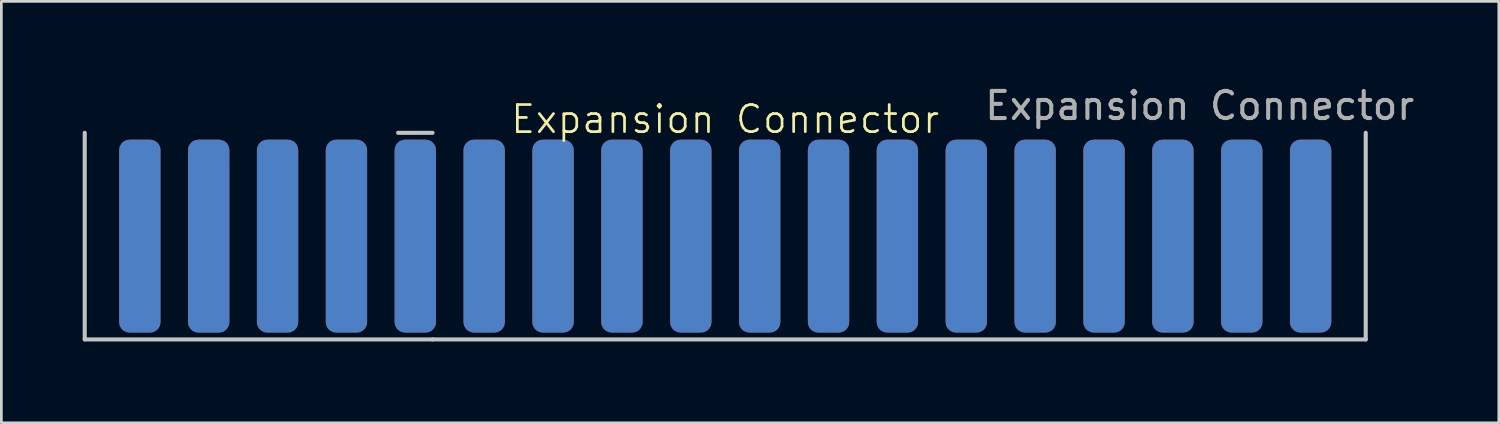
<source format=kicad_pcb>
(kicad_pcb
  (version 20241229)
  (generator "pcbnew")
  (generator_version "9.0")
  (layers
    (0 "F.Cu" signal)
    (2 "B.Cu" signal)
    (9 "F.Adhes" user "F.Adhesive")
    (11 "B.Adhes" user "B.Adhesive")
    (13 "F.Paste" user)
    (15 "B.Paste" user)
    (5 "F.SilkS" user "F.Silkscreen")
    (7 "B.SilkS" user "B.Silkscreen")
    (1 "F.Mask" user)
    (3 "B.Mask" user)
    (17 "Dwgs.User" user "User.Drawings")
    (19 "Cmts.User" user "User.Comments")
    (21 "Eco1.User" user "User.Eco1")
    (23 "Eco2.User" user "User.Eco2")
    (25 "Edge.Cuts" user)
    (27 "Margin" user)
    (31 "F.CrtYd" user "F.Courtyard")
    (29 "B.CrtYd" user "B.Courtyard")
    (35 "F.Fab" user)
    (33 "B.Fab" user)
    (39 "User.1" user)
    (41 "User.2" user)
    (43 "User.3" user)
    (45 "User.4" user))
  (footprint "Expansion Connector"
    (layer "F.Cu")
    (at 23.697 1.848)
    (property "Reference" "Expansion Connector" (at 0 -0.5 0) (unlocked yes) (layer "F.SilkS") (effects (font (size 1 1) (thickness 0.1))))
    (attr exclude_from_pos_files exclude_from_bom)
    (fp_poly (pts (xy 22.86 7.62) (xy 22.86 0) (xy -22.86 0) (xy -22.86 7.62)) (stroke (width 0.15) (type solid)) (fill yes) (layer "F.Mask"))
    (fp_poly (pts (xy 22.86 0) (xy 22.86 7.62) (xy -22.86 7.62) (xy -22.86 0)) (stroke (width 0.15) (type solid)) (fill yes) (layer "B.Mask"))
    (fp_line (start -23.622 0) (end -23.622 7.62) (stroke (width 0.15) (type solid)) (layer "Dwgs.User"))
    (fp_line (start -23.622 7.62) (end -10.795 7.62) (stroke (width 0.15) (type solid)) (layer "Dwgs.User"))
    (fp_line (start -12.065 0) (end -10.795 0) (stroke (width 0.15) (type solid)) (layer "Dwgs.User"))
    (fp_line (start -10.795 7.62) (end 23.622 7.62) (stroke (width 0.15) (type solid)) (layer "Dwgs.User"))
    (fp_line (start 23.622 7.62) (end 23.622 0) (stroke (width 0.15) (type solid)) (layer "Dwgs.User"))
    (fp_text user "${REFERENCE}" (at 17.5 -1 0) (unlocked yes) (layer "F.Fab") (effects (font (size 1 1) (thickness 0.15))))
    (pad "1" connect roundrect (at -21.59 3.81) (size 1.524 7.112) (layers "B.Cu") (roundrect_rratio 0.25))
    (pad "2" connect roundrect (at -19.05 3.81) (size 1.524 7.112) (layers "B.Cu") (roundrect_rratio 0.25))
    (pad "3" connect roundrect (at -16.51 3.81) (size 1.524 7.112) (layers "B.Cu") (roundrect_rratio 0.25))
    (pad "4" connect roundrect (at -13.97 3.81) (size 1.524 7.112) (layers "B.Cu") (roundrect_rratio 0.25))
    (pad "5" connect roundrect (at -11.43 3.81) (size 1.524 7.112) (layers "B.Cu") (roundrect_rratio 0.25))
    (pad "6" connect roundrect (at -8.89 3.81) (size 1.524 7.112) (layers "B.Cu") (roundrect_rratio 0.25))
    (pad "7" connect roundrect (at -6.35 3.81) (size 1.524 7.112) (layers "B.Cu") (roundrect_rratio 0.25))
    (pad "8" connect roundrect (at -3.81 3.81) (size 1.524 7.112) (layers "B.Cu") (roundrect_rratio 0.25))
    (pad "9" connect roundrect (at -1.27 3.81) (size 1.524 7.112) (layers "B.Cu") (roundrect_rratio 0.25))
    (pad "10" connect roundrect (at 1.27 3.81) (size 1.524 7.112) (layers "B.Cu") (roundrect_rratio 0.25))
    (pad "11" connect roundrect (at 3.81 3.81) (size 1.524 7.112) (layers "B.Cu") (roundrect_rratio 0.25))
    (pad "12" connect roundrect (at 6.35 3.81) (size 1.524 7.112) (layers "B.Cu") (roundrect_rratio 0.25))
    (pad "13" connect roundrect (at 8.89 3.81) (size 1.524 7.112) (layers "B.Cu") (roundrect_rratio 0.25))
    (pad "14" connect roundrect (at 11.43 3.81) (size 1.524 7.112) (layers "B.Cu") (roundrect_rratio 0.25))
    (pad "15" connect roundrect (at 13.97 3.81) (size 1.524 7.112) (layers "B.Cu") (roundrect_rratio 0.25))
    (pad "16" connect roundrect (at 16.51 3.81) (size 1.524 7.112) (layers "B.Cu") (roundrect_rratio 0.25))
    (pad "17" connect roundrect (at 19.05 3.81) (size 1.524 7.112) (layers "B.Cu") (roundrect_rratio 0.25))
    (pad "18" connect roundrect (at 21.59 3.81) (size 1.524 7.112) (layers "B.Cu") (roundrect_rratio 0.25))
    (pad "19" connect roundrect (at -21.59 3.81) (size 1.524 7.112) (layers "F.Cu") (roundrect_rratio 0.25))
    (pad "20" connect roundrect (at -19.05 3.81) (size 1.524 7.112) (layers "F.Cu") (roundrect_rratio 0.25))
    (pad "21" connect roundrect (at -16.51 3.81) (size 1.524 7.112) (layers "F.Cu") (roundrect_rratio 0.25))
    (pad "22" connect roundrect (at -13.97 3.81) (size 1.524 7.112) (layers "F.Cu") (roundrect_rratio 0.25))
    (pad "23" connect roundrect (at -11.43 3.81) (size 1.524 7.112) (layers "F.Cu") (roundrect_rratio 0.25))
    (pad "24" connect roundrect (at -8.89 3.81) (size 1.524 7.112) (layers "F.Cu") (roundrect_rratio 0.25))
    (pad "25" connect roundrect (at -6.35 3.81) (size 1.524 7.112) (layers "F.Cu") (roundrect_rratio 0.25))
    (pad "26" connect roundrect (at -3.81 3.81) (size 1.524 7.112) (layers "F.Cu") (roundrect_rratio 0.25))
    (pad "27" connect roundrect (at -1.27 3.81) (size 1.524 7.112) (layers "F.Cu") (roundrect_rratio 0.25))
    (pad "28" connect roundrect (at 1.27 3.81) (size 1.524 7.112) (layers "F.Cu") (roundrect_rratio 0.25))
    (pad "29" connect roundrect (at 3.81 3.81) (size 1.524 7.112) (layers "F.Cu") (roundrect_rratio 0.25))
    (pad "30" connect roundrect (at 6.35 3.81) (size 1.524 7.112) (layers "F.Cu") (roundrect_rratio 0.25))
    (pad "31" connect roundrect (at 8.89 3.81) (size 1.524 7.112) (layers "F.Cu") (roundrect_rratio 0.25))
    (pad "32" connect roundrect (at 11.43 3.81) (size 1.524 7.112) (layers "F.Cu") (roundrect_rratio 0.25))
    (pad "33" connect roundrect (at 13.97 3.81) (size 1.524 7.112) (layers "F.Cu") (roundrect_rratio 0.25))
    (pad "34" connect roundrect (at 16.51 3.81) (size 1.524 7.112) (layers "F.Cu") (roundrect_rratio 0.25))
    (pad "35" connect roundrect (at 19.05 3.81) (size 1.524 7.112) (layers "F.Cu") (roundrect_rratio 0.25))
    (pad "36" connect roundrect (at 21.59 3.81) (size 1.524 7.112) (layers "F.Cu") (roundrect_rratio 0.25)))
  (gr_rect
    (start -3 -3)
    (end 52.227 12.543)
    (stroke (width 0.1) (type default))
    (fill no)
    (layer "Edge.Cuts")))
</source>
